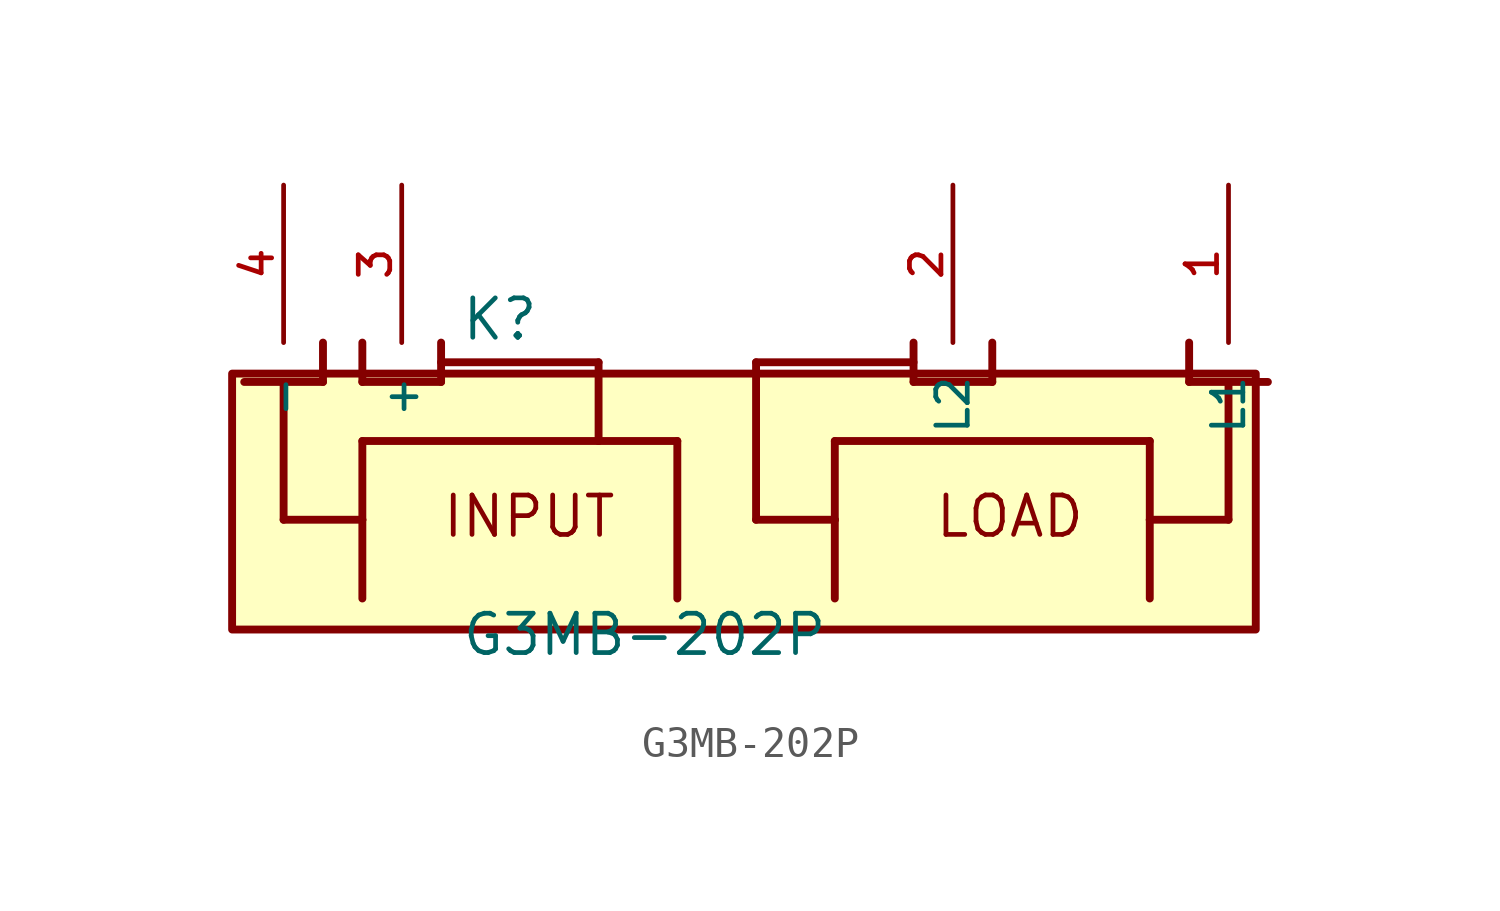
<source format=kicad_sym>
(kicad_symbol_lib
  (version 20211014)
  (generator kicad_symbol_editor)
  (symbol "G3MB-202P"
    (pin_names
      (offset 1.016))
    (property "Reference" "K"
      (at -9.54 5.724 0)
      (effects (font (size 1.27 1.27)) (justify bottom left)))
    (property "Value" "G3MB-202P"
      (at -9.531 -4.448 0)
      (effects (font (size 1.27 1.27)) (justify bottom left)))
    (symbol "G3MB-202P_0_0"
      (polyline (pts (xy -2.54 2.54) (xy -2.54 -2.54)) (stroke (width 0.254)))
      (polyline (pts (xy -12.7 -2.54) (xy -12.7 0.0)) (stroke (width 0.254)))
      (polyline (pts (xy -12.7 0.0) (xy -12.7 2.54)) (stroke (width 0.254)))
      (polyline (pts (xy -12.7 2.54) (xy -5.08 2.54)) (stroke (width 0.254)))
      (polyline (pts (xy -5.08 2.54) (xy -2.54 2.54)) (stroke (width 0.254)))
      (polyline (pts (xy 2.54 2.54) (xy 2.54 0.0)) (stroke (width 0.254)))
      (polyline (pts (xy 2.54 0.0) (xy 2.54 -2.54)) (stroke (width 0.254)))
      (polyline (pts (xy 12.7 -2.54) (xy 12.7 0.0)) (stroke (width 0.254)))
      (polyline (pts (xy 12.7 0.0) (xy 12.7 2.54)) (stroke (width 0.254)))
      (polyline (pts (xy 12.7 2.54) (xy 2.54 2.54)) (stroke (width 0.254)))
      (text "INPUT" (at -10.171 -0.636 0) (effects (font (size 1.271 1.271)) (justify bottom left)))
      (text "LOAD" (at 5.723 -0.636 0) (effects (font (size 1.272 1.272)) (justify bottom left)))
      (polyline (pts (xy -5.08 2.54) (xy -5.08 5.08)) (stroke (width 0.254)))
      (polyline (pts (xy -5.08 5.08) (xy -10.16 5.08)) (stroke (width 0.254)))
      (polyline (pts (xy -12.7 0.0) (xy -15.24 0.0)) (stroke (width 0.254)))
      (polyline (pts (xy 2.54 0.0) (xy 0.0 0.0)) (stroke (width 0.254)))
      (polyline (pts (xy 0.0 0.0) (xy 0.0 5.08)) (stroke (width 0.254)))
      (polyline (pts (xy 0.0 5.08) (xy 5.08 5.08)) (stroke (width 0.254)))
      (polyline (pts (xy 12.7 0.0) (xy 15.24 0.0)) (stroke (width 0.254)))
      (polyline (pts (xy -10.16 5.715) (xy -10.16 4.445)) (stroke (width 0.254)))
      (polyline (pts (xy -10.16 4.445) (xy -12.7 4.445)) (stroke (width 0.254)))
      (polyline (pts (xy -12.7 4.445) (xy -12.7 5.715)) (stroke (width 0.254)))
      (polyline (pts (xy -13.97 4.445) (xy -15.24 4.445)) (stroke (width 0.254)))
      (polyline (pts (xy -15.24 4.445) (xy -16.51 4.445)) (stroke (width 0.254)))
      (polyline (pts (xy -13.97 5.715) (xy -13.97 4.445)) (stroke (width 0.254)))
      (polyline (pts (xy -15.24 4.445) (xy -15.24 0.0)) (stroke (width 0.254)))
      (polyline (pts (xy 5.08 5.715) (xy 5.08 4.445)) (stroke (width 0.254)))
      (polyline (pts (xy 5.08 4.445) (xy 7.62 4.445)) (stroke (width 0.254)))
      (polyline (pts (xy 7.62 4.445) (xy 7.62 5.715)) (stroke (width 0.254)))
      (polyline (pts (xy 13.97 4.445) (xy 15.24 4.445)) (stroke (width 0.254)))
      (polyline (pts (xy 15.24 4.445) (xy 16.51 4.445)) (stroke (width 0.254)))
      (polyline (pts (xy 13.97 5.715) (xy 13.97 4.445)) (stroke (width 0.254)))
      (polyline (pts (xy 15.24 4.445) (xy 15.24 0.0)) (stroke (width 0.254)))
      (rectangle (start -16.901 -3.541) (end 16.119 4.714) (stroke (width 0.254)) (fill (type background)))
      (pin passive line (at 15.24 10.795 270.0) (length 5.08) (name "L1" (effects (font (size 1.016 1.016)))) (number "1" (effects (font (size 1.016 1.016)))))
      (pin passive line (at 6.35 10.795 270.0) (length 5.08) (name "L2" (effects (font (size 1.016 1.016)))) (number "2" (effects (font (size 1.016 1.016)))))
      (pin input line (at -11.43 10.795 270.0) (length 5.08) (name "+" (effects (font (size 1.016 1.016)))) (number "3" (effects (font (size 1.016 1.016)))))
      (pin input line (at -15.24 10.795 270.0) (length 5.08) (name "-" (effects (font (size 1.016 1.016)))) (number "4" (effects (font (size 1.016 1.016))))))))
</source>
